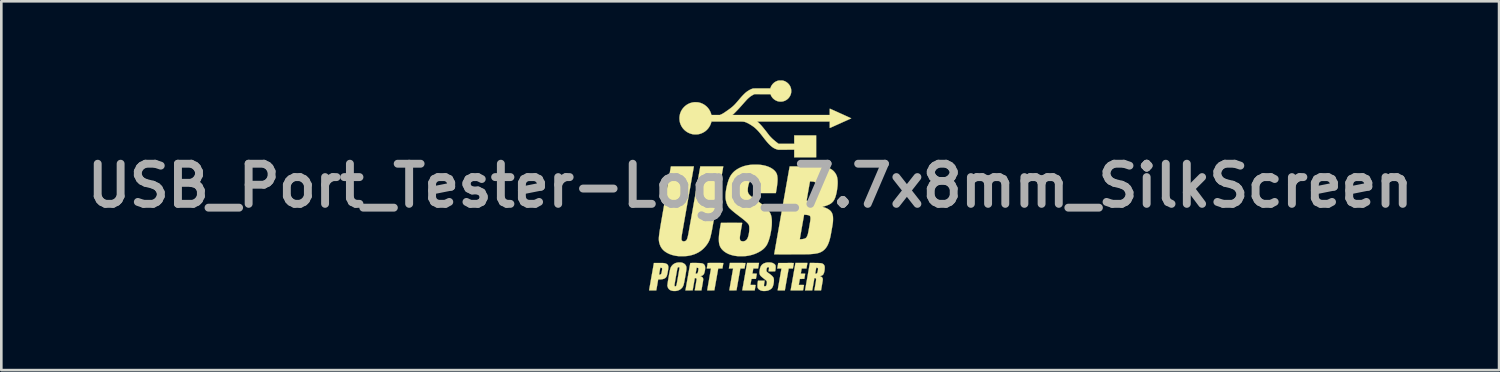
<source format=kicad_pcb>
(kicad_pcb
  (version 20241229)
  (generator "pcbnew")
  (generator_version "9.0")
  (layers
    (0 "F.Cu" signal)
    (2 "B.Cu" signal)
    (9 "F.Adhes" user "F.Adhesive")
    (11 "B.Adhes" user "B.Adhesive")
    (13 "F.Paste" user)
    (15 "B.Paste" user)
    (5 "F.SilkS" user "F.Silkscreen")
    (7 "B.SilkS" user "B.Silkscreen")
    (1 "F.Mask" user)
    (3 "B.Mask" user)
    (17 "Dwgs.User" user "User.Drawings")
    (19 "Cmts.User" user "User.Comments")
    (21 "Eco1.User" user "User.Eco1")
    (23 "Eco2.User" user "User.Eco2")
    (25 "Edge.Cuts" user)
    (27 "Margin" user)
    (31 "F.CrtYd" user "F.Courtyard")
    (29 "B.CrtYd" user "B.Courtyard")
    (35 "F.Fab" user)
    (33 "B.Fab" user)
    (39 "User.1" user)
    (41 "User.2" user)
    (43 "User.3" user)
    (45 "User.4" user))
  (footprint "USB_Port_Tester-Logo_7.7x8mm_SilkScreen"
    (layer "F.Cu")
    (at 25.444 4.003)
    (property "Reference" "USB_Port_Tester-Logo_7.7x8mm_SilkScreen" (at 0 0 0) (layer "F.Fab") (effects (font (size 1.524 1.524) (thickness 0.3))))
    (attr through_hole)
    (fp_poly (pts (xy -0.412 2.934) (xy -0.356 2.934) (xy -0.307 2.934) (xy -0.267 2.935) (xy -0.234 2.935) (xy -0.209 2.936) (xy -0.191 2.936) (xy -0.182 2.937) (xy -0.18 2.938) (xy -0.18 2.943) (xy -0.182 2.954) (xy -0.185 2.971) (xy -0.189 2.992) (xy -0.193 3.017) (xy -0.197 3.041) (xy -0.202 3.067) (xy -0.206 3.092) (xy -0.21 3.112) (xy -0.213 3.128) (xy -0.214 3.139) (xy -0.215 3.142) (xy -0.219 3.143) (xy -0.229 3.144) (xy -0.245 3.144) (xy -0.265 3.145) (xy -0.288 3.145) (xy -0.295 3.145) (xy -0.375 3.145) (xy -0.377 3.159) (xy -0.379 3.165) (xy -0.381 3.178) (xy -0.384 3.198) (xy -0.389 3.223) (xy -0.394 3.255) (xy -0.401 3.291) (xy -0.408 3.332) (xy -0.416 3.377) (xy -0.425 3.425) (xy -0.434 3.476) (xy -0.443 3.53) (xy -0.451 3.574) (xy -0.522 3.975) (xy -0.657 3.976) (xy -0.694 3.976) (xy -0.724 3.976) (xy -0.747 3.976) (xy -0.764 3.976) (xy -0.777 3.975) (xy -0.786 3.975) (xy -0.791 3.974) (xy -0.793 3.972) (xy -0.793 3.971) (xy -0.792 3.967) (xy -0.79 3.956) (xy -0.787 3.938) (xy -0.783 3.914) (xy -0.778 3.885) (xy -0.772 3.851) (xy -0.766 3.814) (xy -0.759 3.773) (xy -0.751 3.729) (xy -0.743 3.683) (xy -0.735 3.636) (xy -0.726 3.587) (xy -0.718 3.539) (xy -0.709 3.49) (xy -0.701 3.443) (xy -0.693 3.397) (xy -0.685 3.353) (xy -0.678 3.312) (xy -0.671 3.275) (xy -0.666 3.241) (xy -0.66 3.212) (xy -0.656 3.188) (xy -0.653 3.171) (xy -0.651 3.159) (xy -0.65 3.155) (xy -0.648 3.145) (xy -0.81 3.145) (xy -0.807 3.134) (xy -0.806 3.127) (xy -0.804 3.114) (xy -0.801 3.095) (xy -0.797 3.073) (xy -0.792 3.047) (xy -0.789 3.029) (xy -0.772 2.934) (xy -0.476 2.934) (xy -0.412 2.934)) (stroke (width 0.01) (type solid)) (fill yes) (layer "F.SilkS"))
    (fp_poly (pts (xy 1.569 2.934) (xy 1.593 2.935) (xy 1.612 2.935) (xy 1.627 2.935) (xy 1.638 2.936) (xy 1.646 2.936) (xy 1.651 2.937) (xy 1.654 2.938) (xy 1.656 2.939) (xy 1.656 2.94) (xy 1.656 2.94) (xy 1.656 2.946) (xy 1.654 2.958) (xy 1.651 2.975) (xy 1.648 2.995) (xy 1.644 3.018) (xy 1.64 3.043) (xy 1.635 3.067) (xy 1.631 3.089) (xy 1.628 3.108) (xy 1.625 3.124) (xy 1.625 3.124) (xy 1.621 3.145) (xy 1.462 3.145) (xy 1.46 3.155) (xy 1.459 3.161) (xy 1.457 3.173) (xy 1.453 3.192) (xy 1.449 3.217) (xy 1.443 3.248) (xy 1.437 3.284) (xy 1.43 3.325) (xy 1.422 3.369) (xy 1.414 3.417) (xy 1.405 3.468) (xy 1.395 3.522) (xy 1.386 3.572) (xy 1.315 3.977) (xy 1.179 3.977) (xy 1.147 3.977) (xy 1.118 3.976) (xy 1.093 3.976) (xy 1.071 3.976) (xy 1.056 3.975) (xy 1.046 3.974) (xy 1.043 3.974) (xy 1.044 3.97) (xy 1.046 3.958) (xy 1.049 3.94) (xy 1.053 3.916) (xy 1.058 3.886) (xy 1.064 3.851) (xy 1.071 3.811) (xy 1.079 3.767) (xy 1.087 3.72) (xy 1.096 3.669) (xy 1.106 3.616) (xy 1.115 3.561) (xy 1.125 3.506) (xy 1.134 3.453) (xy 1.143 3.402) (xy 1.152 3.354) (xy 1.159 3.31) (xy 1.166 3.271) (xy 1.173 3.236) (xy 1.178 3.206) (xy 1.182 3.182) (xy 1.185 3.164) (xy 1.187 3.152) (xy 1.188 3.148) (xy 1.184 3.147) (xy 1.173 3.146) (xy 1.156 3.145) (xy 1.135 3.145) (xy 1.109 3.145) (xy 1.108 3.145) (xy 1.028 3.145) (xy 1.03 3.134) (xy 1.031 3.127) (xy 1.033 3.114) (xy 1.037 3.095) (xy 1.041 3.073) (xy 1.045 3.047) (xy 1.048 3.029) (xy 1.065 2.936) (xy 1.361 2.935) (xy 1.416 2.935) (xy 1.464 2.934) (xy 1.505 2.934) (xy 1.54 2.934) (xy 1.569 2.934)) (stroke (width 0.01) (type solid)) (fill yes) (layer "F.SilkS"))
    (fp_poly (pts (xy 0.333 2.946) (xy 0.332 2.954) (xy 0.33 2.968) (xy 0.326 2.987) (xy 0.322 3.01) (xy 0.318 3.035) (xy 0.315 3.051) (xy 0.299 3.143) (xy 0.118 3.145) (xy 0.111 3.181) (xy 0.108 3.198) (xy 0.104 3.221) (xy 0.1 3.246) (xy 0.096 3.271) (xy 0.094 3.278) (xy 0.084 3.338) (xy 0.167 3.339) (xy 0.196 3.34) (xy 0.218 3.34) (xy 0.234 3.341) (xy 0.244 3.342) (xy 0.249 3.344) (xy 0.25 3.345) (xy 0.249 3.35) (xy 0.248 3.362) (xy 0.245 3.379) (xy 0.241 3.4) (xy 0.237 3.425) (xy 0.234 3.445) (xy 0.217 3.539) (xy 0.132 3.539) (xy 0.101 3.539) (xy 0.077 3.54) (xy 0.06 3.541) (xy 0.049 3.542) (xy 0.047 3.543) (xy 0.046 3.548) (xy 0.044 3.559) (xy 0.042 3.575) (xy 0.038 3.596) (xy 0.034 3.619) (xy 0.03 3.644) (xy 0.026 3.669) (xy 0.021 3.693) (xy 0.017 3.716) (xy 0.014 3.735) (xy 0.011 3.75) (xy 0.009 3.759) (xy 0.009 3.759) (xy 0.007 3.77) (xy 0.107 3.77) (xy 0.138 3.77) (xy 0.162 3.77) (xy 0.179 3.77) (xy 0.191 3.771) (xy 0.199 3.772) (xy 0.204 3.773) (xy 0.206 3.774) (xy 0.206 3.776) (xy 0.206 3.777) (xy 0.204 3.782) (xy 0.202 3.794) (xy 0.199 3.812) (xy 0.195 3.834) (xy 0.191 3.859) (xy 0.187 3.88) (xy 0.17 3.977) (xy -0.065 3.977) (xy -0.114 3.977) (xy -0.158 3.977) (xy -0.196 3.976) (xy -0.23 3.976) (xy -0.257 3.975) (xy -0.278 3.975) (xy -0.293 3.974) (xy -0.3 3.974) (xy -0.301 3.973) (xy -0.3 3.969) (xy -0.298 3.958) (xy -0.295 3.94) (xy -0.291 3.916) (xy -0.286 3.886) (xy -0.28 3.851) (xy -0.273 3.813) (xy -0.265 3.77) (xy -0.257 3.724) (xy -0.249 3.675) (xy -0.24 3.624) (xy -0.23 3.571) (xy -0.221 3.517) (xy -0.211 3.462) (xy -0.202 3.408) (xy -0.192 3.354) (xy -0.183 3.301) (xy -0.174 3.249) (xy -0.165 3.2) (xy -0.157 3.153) (xy -0.149 3.11) (xy -0.142 3.07) (xy -0.136 3.035) (xy -0.13 3.005) (xy -0.126 2.98) (xy -0.123 2.961) (xy -0.12 2.948) (xy -0.119 2.943) (xy -0.119 2.943) (xy -0.117 2.934) (xy 0.335 2.934) (xy 0.333 2.946)) (stroke (width 0.01) (type solid)) (fill yes) (layer "F.SilkS"))
    (fp_poly (pts (xy -3.473 2.936) (xy -3.429 2.936) (xy -3.393 2.936) (xy -3.363 2.936) (xy -3.338 2.937) (xy -3.318 2.937) (xy -3.302 2.938) (xy -3.289 2.939) (xy -3.278 2.94) (xy -3.268 2.941) (xy -3.259 2.942) (xy -3.25 2.944) (xy -3.249 2.945) (xy -3.212 2.954) (xy -3.181 2.967) (xy -3.157 2.982) (xy -3.138 3.001) (xy -3.123 3.024) (xy -3.122 3.027) (xy -3.117 3.04) (xy -3.113 3.053) (xy -3.111 3.068) (xy -3.11 3.088) (xy -3.11 3.105) (xy -3.11 3.122) (xy -3.112 3.141) (xy -3.114 3.162) (xy -3.118 3.188) (xy -3.122 3.218) (xy -3.129 3.254) (xy -3.135 3.291) (xy -3.145 3.339) (xy -3.154 3.38) (xy -3.164 3.413) (xy -3.175 3.441) (xy -3.186 3.462) (xy -3.188 3.464) (xy -3.199 3.48) (xy -3.209 3.493) (xy -3.222 3.503) (xy -3.238 3.514) (xy -3.244 3.518) (xy -3.275 3.533) (xy -3.311 3.545) (xy -3.352 3.553) (xy -3.399 3.558) (xy -3.446 3.559) (xy -3.495 3.559) (xy -3.531 3.768) (xy -3.568 3.977) (xy -3.704 3.977) (xy -3.742 3.977) (xy -3.772 3.977) (xy -3.796 3.976) (xy -3.815 3.976) (xy -3.827 3.975) (xy -3.835 3.974) (xy -3.839 3.973) (xy -3.84 3.972) (xy -3.839 3.968) (xy -3.837 3.956) (xy -3.834 3.938) (xy -3.83 3.913) (xy -3.825 3.882) (xy -3.818 3.846) (xy -3.811 3.805) (xy -3.803 3.759) (xy -3.794 3.71) (xy -3.785 3.656) (xy -3.775 3.6) (xy -3.765 3.541) (xy -3.754 3.479) (xy -3.749 3.451) (xy -3.735 3.374) (xy -3.461 3.374) (xy -3.458 3.377) (xy -3.449 3.379) (xy -3.436 3.378) (xy -3.423 3.376) (xy -3.413 3.373) (xy -3.401 3.368) (xy -3.392 3.362) (xy -3.391 3.361) (xy -3.384 3.352) (xy -3.377 3.338) (xy -3.371 3.317) (xy -3.364 3.29) (xy -3.357 3.255) (xy -3.356 3.248) (xy -3.35 3.213) (xy -3.346 3.185) (xy -3.344 3.164) (xy -3.345 3.147) (xy -3.349 3.135) (xy -3.355 3.127) (xy -3.365 3.121) (xy -3.378 3.117) (xy -3.393 3.115) (xy -3.416 3.113) (xy -3.439 3.241) (xy -3.444 3.272) (xy -3.449 3.3) (xy -3.453 3.325) (xy -3.457 3.346) (xy -3.459 3.362) (xy -3.461 3.372) (xy -3.461 3.374) (xy -3.735 3.374) (xy -3.658 2.936) (xy -3.473 2.936)) (stroke (width 0.01) (type solid)) (fill yes) (layer "F.SilkS"))
    (fp_poly (pts (xy 2.171 2.945) (xy 2.17 2.951) (xy 2.167 2.965) (xy 2.164 2.983) (xy 2.16 3.006) (xy 2.155 3.031) (xy 2.152 3.05) (xy 2.135 3.145) (xy 1.955 3.145) (xy 1.938 3.238) (xy 1.934 3.264) (xy 1.93 3.288) (xy 1.926 3.308) (xy 1.924 3.323) (xy 1.922 3.333) (xy 1.922 3.335) (xy 1.924 3.337) (xy 1.931 3.338) (xy 1.943 3.339) (xy 1.961 3.34) (xy 1.987 3.34) (xy 2.003 3.34) (xy 2.028 3.34) (xy 2.049 3.34) (xy 2.067 3.341) (xy 2.08 3.341) (xy 2.086 3.342) (xy 2.087 3.342) (xy 2.087 3.346) (xy 2.085 3.357) (xy 2.083 3.373) (xy 2.08 3.392) (xy 2.078 3.405) (xy 2.073 3.43) (xy 2.069 3.455) (xy 2.065 3.479) (xy 2.061 3.498) (xy 2.06 3.503) (xy 2.054 3.539) (xy 1.969 3.54) (xy 1.885 3.541) (xy 1.867 3.643) (xy 1.862 3.671) (xy 1.858 3.697) (xy 1.853 3.719) (xy 1.85 3.738) (xy 1.848 3.751) (xy 1.847 3.757) (xy 1.844 3.77) (xy 1.944 3.77) (xy 1.971 3.77) (xy 1.995 3.77) (xy 2.015 3.77) (xy 2.031 3.771) (xy 2.04 3.771) (xy 2.043 3.772) (xy 2.042 3.776) (xy 2.041 3.787) (xy 2.038 3.803) (xy 2.034 3.824) (xy 2.03 3.849) (xy 2.026 3.873) (xy 2.021 3.899) (xy 2.016 3.924) (xy 2.013 3.944) (xy 2.01 3.96) (xy 2.008 3.971) (xy 2.008 3.974) (xy 2.004 3.975) (xy 1.993 3.975) (xy 1.976 3.975) (xy 1.953 3.976) (xy 1.924 3.976) (xy 1.891 3.976) (xy 1.855 3.977) (xy 1.815 3.977) (xy 1.773 3.977) (xy 1.535 3.977) (xy 1.537 3.966) (xy 1.538 3.961) (xy 1.54 3.949) (xy 1.543 3.93) (xy 1.548 3.904) (xy 1.553 3.873) (xy 1.56 3.836) (xy 1.567 3.795) (xy 1.575 3.749) (xy 1.584 3.699) (xy 1.594 3.645) (xy 1.603 3.589) (xy 1.614 3.53) (xy 1.625 3.469) (xy 1.627 3.455) (xy 1.638 3.394) (xy 1.648 3.334) (xy 1.658 3.277) (xy 1.668 3.223) (xy 1.677 3.172) (xy 1.685 3.125) (xy 1.693 3.083) (xy 1.699 3.045) (xy 1.705 3.013) (xy 1.71 2.986) (xy 1.713 2.966) (xy 1.716 2.952) (xy 1.717 2.945) (xy 1.717 2.945) (xy 1.719 2.934) (xy 2.173 2.934) (xy 2.171 2.945)) (stroke (width 0.01) (type solid)) (fill yes) (layer "F.SilkS"))
    (fp_poly (pts (xy -1.269 2.934) (xy -1.224 2.934) (xy -1.182 2.934) (xy -1.143 2.934) (xy -1.109 2.935) (xy -1.079 2.935) (xy -1.055 2.935) (xy -1.036 2.936) (xy -1.024 2.936) (xy -1.02 2.937) (xy -1.02 2.937) (xy -1.02 2.941) (xy -1.022 2.952) (xy -1.025 2.969) (xy -1.029 2.99) (xy -1.033 3.015) (xy -1.037 3.039) (xy -1.042 3.066) (xy -1.046 3.091) (xy -1.05 3.111) (xy -1.053 3.128) (xy -1.054 3.138) (xy -1.055 3.142) (xy -1.058 3.143) (xy -1.069 3.143) (xy -1.085 3.144) (xy -1.105 3.145) (xy -1.128 3.145) (xy -1.135 3.145) (xy -1.159 3.145) (xy -1.18 3.145) (xy -1.197 3.145) (xy -1.209 3.145) (xy -1.215 3.146) (xy -1.215 3.146) (xy -1.216 3.15) (xy -1.218 3.161) (xy -1.221 3.178) (xy -1.225 3.202) (xy -1.23 3.232) (xy -1.237 3.267) (xy -1.244 3.307) (xy -1.251 3.35) (xy -1.26 3.398) (xy -1.269 3.449) (xy -1.278 3.502) (xy -1.288 3.558) (xy -1.289 3.561) (xy -1.362 3.975) (xy -1.497 3.976) (xy -1.534 3.976) (xy -1.563 3.976) (xy -1.586 3.976) (xy -1.603 3.976) (xy -1.616 3.975) (xy -1.625 3.975) (xy -1.63 3.974) (xy -1.632 3.972) (xy -1.633 3.971) (xy -1.632 3.966) (xy -1.63 3.955) (xy -1.627 3.937) (xy -1.623 3.913) (xy -1.618 3.884) (xy -1.612 3.85) (xy -1.606 3.812) (xy -1.599 3.771) (xy -1.591 3.727) (xy -1.583 3.681) (xy -1.575 3.634) (xy -1.566 3.585) (xy -1.558 3.537) (xy -1.549 3.488) (xy -1.541 3.441) (xy -1.533 3.395) (xy -1.525 3.351) (xy -1.518 3.31) (xy -1.511 3.273) (xy -1.505 3.239) (xy -1.5 3.21) (xy -1.496 3.187) (xy -1.493 3.169) (xy -1.49 3.157) (xy -1.49 3.154) (xy -1.488 3.145) (xy -1.568 3.145) (xy -1.592 3.145) (xy -1.613 3.144) (xy -1.631 3.144) (xy -1.643 3.143) (xy -1.648 3.142) (xy -1.649 3.142) (xy -1.648 3.138) (xy -1.646 3.127) (xy -1.643 3.11) (xy -1.639 3.089) (xy -1.635 3.064) (xy -1.631 3.041) (xy -1.626 3.014) (xy -1.622 2.989) (xy -1.618 2.968) (xy -1.616 2.952) (xy -1.614 2.941) (xy -1.613 2.938) (xy -1.609 2.937) (xy -1.598 2.936) (xy -1.578 2.935) (xy -1.551 2.935) (xy -1.516 2.934) (xy -1.473 2.934) (xy -1.422 2.934) (xy -1.364 2.934) (xy -1.316 2.934) (xy -1.269 2.934)) (stroke (width 0.01) (type solid)) (fill yes) (layer "F.SilkS"))
    (fp_poly (pts (xy -2.67 2.915) (xy -2.644 2.917) (xy -2.621 2.919) (xy -2.601 2.922) (xy -2.59 2.924) (xy -2.549 2.938) (xy -2.513 2.958) (xy -2.482 2.982) (xy -2.457 3.01) (xy -2.438 3.043) (xy -2.428 3.072) (xy -2.425 3.085) (xy -2.423 3.098) (xy -2.422 3.113) (xy -2.422 3.13) (xy -2.423 3.15) (xy -2.424 3.173) (xy -2.427 3.2) (xy -2.431 3.231) (xy -2.437 3.267) (xy -2.443 3.309) (xy -2.451 3.356) (xy -2.46 3.41) (xy -2.471 3.471) (xy -2.471 3.473) (xy -2.482 3.533) (xy -2.492 3.586) (xy -2.5 3.632) (xy -2.508 3.672) (xy -2.516 3.706) (xy -2.522 3.734) (xy -2.528 3.758) (xy -2.534 3.777) (xy -2.539 3.793) (xy -2.539 3.793) (xy -2.56 3.836) (xy -2.587 3.875) (xy -2.62 3.909) (xy -2.658 3.939) (xy -2.7 3.963) (xy -2.747 3.982) (xy -2.797 3.994) (xy -2.81 3.996) (xy -2.837 3.999) (xy -2.867 4) (xy -2.899 3.999) (xy -2.928 3.998) (xy -2.952 3.994) (xy -2.997 3.983) (xy -3.036 3.967) (xy -3.069 3.945) (xy -3.096 3.918) (xy -3.118 3.887) (xy -3.133 3.85) (xy -3.14 3.825) (xy -3.142 3.814) (xy -3.143 3.802) (xy -3.143 3.789) (xy -3.143 3.785) (xy -2.877 3.785) (xy -2.876 3.8) (xy -2.873 3.811) (xy -2.867 3.818) (xy -2.858 3.821) (xy -2.858 3.822) (xy -2.849 3.823) (xy -2.842 3.823) (xy -2.834 3.821) (xy -2.83 3.819) (xy -2.82 3.812) (xy -2.811 3.8) (xy -2.803 3.783) (xy -2.797 3.759) (xy -2.795 3.754) (xy -2.793 3.742) (xy -2.789 3.724) (xy -2.785 3.7) (xy -2.779 3.671) (xy -2.773 3.638) (xy -2.767 3.601) (xy -2.76 3.561) (xy -2.752 3.519) (xy -2.745 3.476) (xy -2.737 3.433) (xy -2.73 3.39) (xy -2.723 3.348) (xy -2.716 3.308) (xy -2.709 3.27) (xy -2.704 3.236) (xy -2.699 3.205) (xy -2.694 3.18) (xy -2.691 3.16) (xy -2.689 3.147) (xy -2.689 3.142) (xy -2.688 3.125) (xy -2.688 3.114) (xy -2.69 3.107) (xy -2.693 3.102) (xy -2.693 3.102) (xy -2.706 3.094) (xy -2.721 3.092) (xy -2.732 3.096) (xy -2.745 3.104) (xy -2.755 3.118) (xy -2.764 3.138) (xy -2.767 3.15) (xy -2.769 3.159) (xy -2.772 3.174) (xy -2.776 3.196) (xy -2.781 3.223) (xy -2.787 3.254) (xy -2.793 3.29) (xy -2.8 3.329) (xy -2.807 3.37) (xy -2.815 3.412) (xy -2.823 3.455) (xy -2.83 3.499) (xy -2.838 3.541) (xy -2.845 3.582) (xy -2.851 3.621) (xy -2.858 3.657) (xy -2.863 3.689) (xy -2.868 3.716) (xy -2.871 3.738) (xy -2.874 3.754) (xy -2.875 3.763) (xy -2.877 3.785) (xy -3.143 3.785) (xy -3.143 3.773) (xy -3.142 3.755) (xy -3.14 3.734) (xy -3.137 3.709) (xy -3.133 3.68) (xy -3.128 3.646) (xy -3.122 3.607) (xy -3.114 3.562) (xy -3.106 3.511) (xy -3.095 3.453) (xy -3.09 3.422) (xy -3.079 3.362) (xy -3.069 3.309) (xy -3.06 3.262) (xy -3.052 3.223) (xy -3.044 3.189) (xy -3.037 3.161) (xy -3.031 3.138) (xy -3.024 3.12) (xy -3.024 3.119) (xy -3.004 3.079) (xy -2.978 3.042) (xy -2.947 3.008) (xy -2.911 2.978) (xy -2.871 2.954) (xy -2.831 2.937) (xy -2.791 2.926) (xy -2.752 2.918) (xy -2.71 2.915) (xy -2.67 2.915)) (stroke (width 0.01) (type solid)) (fill yes) (layer "F.SilkS"))
    (fp_poly (pts (xy -2.099 2.934) (xy -2.065 2.934) (xy -2.031 2.935) (xy -1.999 2.936) (xy -1.969 2.937) (xy -1.942 2.938) (xy -1.94 2.938) (xy -1.901 2.94) (xy -1.869 2.943) (xy -1.842 2.947) (xy -1.82 2.952) (xy -1.802 2.957) (xy -1.787 2.965) (xy -1.773 2.974) (xy -1.76 2.985) (xy -1.741 3.005) (xy -1.728 3.027) (xy -1.718 3.053) (xy -1.713 3.084) (xy -1.711 3.12) (xy -1.711 3.124) (xy -1.713 3.162) (xy -1.717 3.203) (xy -1.725 3.244) (xy -1.734 3.284) (xy -1.745 3.32) (xy -1.754 3.342) (xy -1.771 3.372) (xy -1.793 3.395) (xy -1.821 3.413) (xy -1.854 3.424) (xy -1.859 3.426) (xy -1.877 3.43) (xy -1.887 3.433) (xy -1.89 3.435) (xy -1.888 3.438) (xy -1.879 3.441) (xy -1.872 3.444) (xy -1.843 3.457) (xy -1.821 3.473) (xy -1.804 3.493) (xy -1.792 3.517) (xy -1.791 3.521) (xy -1.789 3.528) (xy -1.787 3.535) (xy -1.785 3.542) (xy -1.785 3.551) (xy -1.785 3.562) (xy -1.786 3.576) (xy -1.788 3.592) (xy -1.791 3.613) (xy -1.794 3.637) (xy -1.799 3.667) (xy -1.805 3.703) (xy -1.812 3.744) (xy -1.821 3.793) (xy -1.823 3.806) (xy -1.853 3.977) (xy -1.979 3.977) (xy -2.01 3.977) (xy -2.038 3.977) (xy -2.062 3.976) (xy -2.082 3.976) (xy -2.096 3.975) (xy -2.104 3.975) (xy -2.106 3.974) (xy -2.105 3.97) (xy -2.103 3.959) (xy -2.1 3.942) (xy -2.096 3.919) (xy -2.091 3.891) (xy -2.086 3.86) (xy -2.08 3.825) (xy -2.073 3.788) (xy -2.073 3.784) (xy -2.066 3.746) (xy -2.06 3.709) (xy -2.054 3.675) (xy -2.049 3.644) (xy -2.044 3.618) (xy -2.041 3.596) (xy -2.038 3.58) (xy -2.037 3.572) (xy -2.037 3.572) (xy -2.036 3.549) (xy -2.04 3.532) (xy -2.048 3.521) (xy -2.062 3.514) (xy -2.082 3.509) (xy -2.084 3.509) (xy -2.104 3.507) (xy -2.145 3.741) (xy -2.186 3.975) (xy -2.323 3.976) (xy -2.46 3.977) (xy -2.369 3.46) (xy -2.357 3.398) (xy -2.348 3.343) (xy -2.074 3.343) (xy -2.071 3.344) (xy -2.062 3.344) (xy -2.05 3.342) (xy -2.037 3.34) (xy -2.025 3.337) (xy -2.016 3.334) (xy -2.016 3.334) (xy -2.007 3.327) (xy -1.999 3.317) (xy -1.992 3.301) (xy -1.985 3.28) (xy -1.979 3.253) (xy -1.973 3.22) (xy -1.971 3.205) (xy -1.967 3.178) (xy -1.966 3.158) (xy -1.968 3.143) (xy -1.972 3.132) (xy -1.976 3.128) (xy -1.983 3.124) (xy -1.994 3.12) (xy -2.006 3.117) (xy -2.019 3.114) (xy -2.029 3.113) (xy -2.033 3.114) (xy -2.034 3.118) (xy -2.036 3.128) (xy -2.039 3.144) (xy -2.043 3.164) (xy -2.047 3.187) (xy -2.052 3.212) (xy -2.056 3.238) (xy -2.061 3.263) (xy -2.065 3.287) (xy -2.069 3.308) (xy -2.072 3.325) (xy -2.074 3.337) (xy -2.074 3.343) (xy -2.074 3.343) (xy -2.348 3.343) (xy -2.347 3.337) (xy -2.337 3.279) (xy -2.327 3.225) (xy -2.318 3.173) (xy -2.309 3.126) (xy -2.302 3.082) (xy -2.295 3.044) (xy -2.289 3.011) (xy -2.284 2.983) (xy -2.28 2.962) (xy -2.277 2.947) (xy -2.276 2.94) (xy -2.276 2.939) (xy -2.271 2.937) (xy -2.26 2.936) (xy -2.243 2.935) (xy -2.221 2.935) (xy -2.194 2.934) (xy -2.165 2.934) (xy -2.133 2.934) (xy -2.099 2.934)) (stroke (width 0.01) (type solid)) (fill yes) (layer "F.SilkS"))
    (fp_poly (pts (xy 0.723 2.915) (xy 0.757 2.917) (xy 0.789 2.92) (xy 0.816 2.925) (xy 0.818 2.926) (xy 0.857 2.938) (xy 0.891 2.955) (xy 0.919 2.974) (xy 0.942 2.997) (xy 0.956 3.019) (xy 0.96 3.028) (xy 0.963 3.036) (xy 0.965 3.045) (xy 0.966 3.055) (xy 0.966 3.07) (xy 0.966 3.09) (xy 0.966 3.098) (xy 0.966 3.119) (xy 0.964 3.143) (xy 0.962 3.168) (xy 0.959 3.192) (xy 0.956 3.214) (xy 0.952 3.232) (xy 0.949 3.245) (xy 0.947 3.251) (xy 0.943 3.251) (xy 0.932 3.252) (xy 0.915 3.253) (xy 0.895 3.253) (xy 0.87 3.254) (xy 0.844 3.254) (xy 0.817 3.254) (xy 0.79 3.254) (xy 0.765 3.254) (xy 0.742 3.254) (xy 0.723 3.253) (xy 0.708 3.252) (xy 0.7 3.252) (xy 0.698 3.251) (xy 0.698 3.246) (xy 0.699 3.235) (xy 0.701 3.22) (xy 0.704 3.201) (xy 0.705 3.193) (xy 0.71 3.166) (xy 0.713 3.145) (xy 0.714 3.13) (xy 0.714 3.118) (xy 0.712 3.11) (xy 0.709 3.104) (xy 0.707 3.101) (xy 0.7 3.095) (xy 0.691 3.093) (xy 0.683 3.092) (xy 0.669 3.094) (xy 0.657 3.098) (xy 0.655 3.1) (xy 0.644 3.11) (xy 0.634 3.126) (xy 0.626 3.147) (xy 0.622 3.163) (xy 0.619 3.182) (xy 0.617 3.202) (xy 0.618 3.222) (xy 0.619 3.239) (xy 0.622 3.251) (xy 0.623 3.253) (xy 0.633 3.267) (xy 0.65 3.284) (xy 0.675 3.304) (xy 0.703 3.325) (xy 0.751 3.359) (xy 0.792 3.392) (xy 0.826 3.422) (xy 0.838 3.434) (xy 0.859 3.458) (xy 0.875 3.479) (xy 0.886 3.501) (xy 0.894 3.525) (xy 0.898 3.552) (xy 0.9 3.584) (xy 0.9 3.6) (xy 0.898 3.648) (xy 0.892 3.695) (xy 0.884 3.742) (xy 0.872 3.786) (xy 0.859 3.826) (xy 0.843 3.86) (xy 0.826 3.887) (xy 0.807 3.908) (xy 0.781 3.929) (xy 0.75 3.948) (xy 0.716 3.965) (xy 0.679 3.98) (xy 0.653 3.987) (xy 0.627 3.992) (xy 0.596 3.996) (xy 0.562 3.999) (xy 0.528 3.999) (xy 0.495 3.999) (xy 0.467 3.996) (xy 0.456 3.994) (xy 0.414 3.984) (xy 0.377 3.968) (xy 0.344 3.949) (xy 0.316 3.925) (xy 0.295 3.899) (xy 0.283 3.875) (xy 0.28 3.867) (xy 0.278 3.859) (xy 0.277 3.847) (xy 0.276 3.832) (xy 0.276 3.811) (xy 0.276 3.789) (xy 0.278 3.729) (xy 0.284 3.672) (xy 0.295 3.614) (xy 0.297 3.606) (xy 0.55 3.606) (xy 0.537 3.681) (xy 0.53 3.719) (xy 0.526 3.749) (xy 0.524 3.774) (xy 0.524 3.792) (xy 0.526 3.805) (xy 0.529 3.812) (xy 0.53 3.814) (xy 0.545 3.822) (xy 0.562 3.823) (xy 0.578 3.819) (xy 0.594 3.809) (xy 0.608 3.793) (xy 0.616 3.778) (xy 0.62 3.763) (xy 0.625 3.743) (xy 0.629 3.72) (xy 0.632 3.696) (xy 0.633 3.675) (xy 0.633 3.671) (xy 0.633 3.658) (xy 0.631 3.646) (xy 0.629 3.636) (xy 0.624 3.625) (xy 0.617 3.615) (xy 0.606 3.603) (xy 0.592 3.589) (xy 0.574 3.574) (xy 0.551 3.555) (xy 0.523 3.533) (xy 0.498 3.513) (xy 0.465 3.487) (xy 0.439 3.465) (xy 0.417 3.446) (xy 0.4 3.429) (xy 0.386 3.412) (xy 0.376 3.396) (xy 0.368 3.38) (xy 0.362 3.362) (xy 0.357 3.345) (xy 0.353 3.32) (xy 0.352 3.289) (xy 0.354 3.254) (xy 0.358 3.217) (xy 0.365 3.179) (xy 0.373 3.141) (xy 0.383 3.11) (xy 0.401 3.067) (xy 0.424 3.029) (xy 0.452 2.997) (xy 0.485 2.971) (xy 0.494 2.965) (xy 0.524 2.95) (xy 0.559 2.937) (xy 0.596 2.926) (xy 0.625 2.92) (xy 0.654 2.916) (xy 0.687 2.915) (xy 0.723 2.915)) (stroke (width 0.01) (type solid)) (fill yes) (layer "F.SilkS"))
    (fp_poly (pts (xy 2.449 2.935) (xy 2.499 2.936) (xy 2.542 2.937) (xy 2.579 2.937) (xy 2.61 2.939) (xy 2.637 2.94) (xy 2.659 2.941) (xy 2.677 2.943) (xy 2.693 2.945) (xy 2.707 2.948) (xy 2.72 2.951) (xy 2.727 2.953) (xy 2.758 2.966) (xy 2.784 2.986) (xy 2.805 3.011) (xy 2.821 3.042) (xy 2.825 3.052) (xy 2.827 3.061) (xy 2.829 3.072) (xy 2.829 3.085) (xy 2.83 3.103) (xy 2.83 3.125) (xy 2.828 3.172) (xy 2.823 3.217) (xy 2.815 3.26) (xy 2.805 3.299) (xy 2.792 3.334) (xy 2.777 3.364) (xy 2.762 3.385) (xy 2.747 3.397) (xy 2.726 3.409) (xy 2.702 3.42) (xy 2.677 3.427) (xy 2.675 3.428) (xy 2.659 3.431) (xy 2.649 3.434) (xy 2.645 3.437) (xy 2.648 3.438) (xy 2.651 3.438) (xy 2.66 3.44) (xy 2.674 3.445) (xy 2.689 3.453) (xy 2.705 3.461) (xy 2.717 3.47) (xy 2.722 3.474) (xy 2.738 3.493) (xy 2.75 3.516) (xy 2.756 3.541) (xy 2.757 3.545) (xy 2.757 3.551) (xy 2.757 3.558) (xy 2.757 3.567) (xy 2.756 3.577) (xy 2.755 3.59) (xy 2.753 3.605) (xy 2.75 3.625) (xy 2.746 3.649) (xy 2.741 3.678) (xy 2.735 3.713) (xy 2.728 3.754) (xy 2.72 3.802) (xy 2.69 3.977) (xy 2.564 3.977) (xy 2.528 3.977) (xy 2.499 3.977) (xy 2.476 3.976) (xy 2.459 3.976) (xy 2.448 3.975) (xy 2.441 3.974) (xy 2.438 3.973) (xy 2.438 3.972) (xy 2.438 3.967) (xy 2.44 3.955) (xy 2.443 3.938) (xy 2.447 3.915) (xy 2.452 3.887) (xy 2.458 3.855) (xy 2.464 3.821) (xy 2.469 3.789) (xy 2.477 3.745) (xy 2.484 3.707) (xy 2.489 3.676) (xy 2.493 3.649) (xy 2.497 3.628) (xy 2.499 3.609) (xy 2.5 3.594) (xy 2.501 3.581) (xy 2.502 3.569) (xy 2.502 3.569) (xy 2.502 3.55) (xy 2.501 3.538) (xy 2.5 3.53) (xy 2.498 3.525) (xy 2.495 3.521) (xy 2.492 3.519) (xy 2.485 3.515) (xy 2.473 3.512) (xy 2.461 3.509) (xy 2.449 3.508) (xy 2.441 3.508) (xy 2.438 3.51) (xy 2.437 3.514) (xy 2.435 3.525) (xy 2.432 3.543) (xy 2.428 3.565) (xy 2.424 3.592) (xy 2.418 3.622) (xy 2.413 3.655) (xy 2.406 3.69) (xy 2.4 3.726) (xy 2.394 3.762) (xy 2.388 3.797) (xy 2.382 3.831) (xy 2.376 3.863) (xy 2.371 3.891) (xy 2.367 3.916) (xy 2.363 3.935) (xy 2.36 3.949) (xy 2.359 3.956) (xy 2.355 3.977) (xy 2.082 3.977) (xy 2.084 3.968) (xy 2.085 3.963) (xy 2.087 3.952) (xy 2.09 3.933) (xy 2.095 3.909) (xy 2.1 3.879) (xy 2.106 3.845) (xy 2.113 3.805) (xy 2.121 3.763) (xy 2.129 3.716) (xy 2.137 3.667) (xy 2.146 3.616) (xy 2.156 3.563) (xy 2.165 3.51) (xy 2.175 3.455) (xy 2.184 3.401) (xy 2.194 3.347) (xy 2.195 3.34) (xy 2.469 3.34) (xy 2.472 3.342) (xy 2.481 3.343) (xy 2.493 3.343) (xy 2.507 3.341) (xy 2.52 3.337) (xy 2.528 3.334) (xy 2.537 3.327) (xy 2.545 3.315) (xy 2.552 3.297) (xy 2.559 3.272) (xy 2.562 3.257) (xy 2.569 3.222) (xy 2.574 3.193) (xy 2.576 3.17) (xy 2.576 3.152) (xy 2.573 3.138) (xy 2.566 3.129) (xy 2.557 3.122) (xy 2.544 3.118) (xy 2.528 3.115) (xy 2.517 3.114) (xy 2.509 3.114) (xy 2.508 3.114) (xy 2.507 3.118) (xy 2.505 3.129) (xy 2.503 3.145) (xy 2.499 3.167) (xy 2.494 3.192) (xy 2.489 3.219) (xy 2.488 3.225) (xy 2.483 3.253) (xy 2.479 3.279) (xy 2.475 3.302) (xy 2.472 3.32) (xy 2.47 3.333) (xy 2.469 3.339) (xy 2.469 3.34) (xy 2.195 3.34) (xy 2.203 3.295) (xy 2.212 3.244) (xy 2.221 3.195) (xy 2.229 3.149) (xy 2.236 3.107) (xy 2.243 3.068) (xy 2.249 3.034) (xy 2.254 3.005) (xy 2.258 2.981) (xy 2.261 2.964) (xy 2.262 2.96) (xy 2.267 2.933) (xy 2.449 2.935)) (stroke (width 0.01) (type solid)) (fill yes) (layer "F.SilkS"))
    (fp_poly (pts (xy -1.401 -0.734) (xy -1.346 -0.734) (xy -1.293 -0.734) (xy -1.244 -0.734) (xy -1.198 -0.734) (xy -1.157 -0.734) (xy -1.12 -0.734) (xy -1.088 -0.734) (xy -1.062 -0.734) (xy -1.043 -0.733) (xy -1.03 -0.733) (xy -1.024 -0.733) (xy -1.024 -0.733) (xy -1.024 -0.728) (xy -1.026 -0.716) (xy -1.029 -0.698) (xy -1.034 -0.672) (xy -1.039 -0.64) (xy -1.046 -0.603) (xy -1.053 -0.559) (xy -1.062 -0.511) (xy -1.071 -0.457) (xy -1.082 -0.4) (xy -1.092 -0.338) (xy -1.104 -0.272) (xy -1.116 -0.203) (xy -1.129 -0.13) (xy -1.142 -0.055) (xy -1.156 0.022) (xy -1.17 0.102) (xy -1.184 0.183) (xy -1.199 0.265) (xy -1.214 0.348) (xy -1.229 0.432) (xy -1.244 0.516) (xy -1.259 0.6) (xy -1.273 0.684) (xy -1.288 0.767) (xy -1.303 0.848) (xy -1.317 0.929) (xy -1.331 1.007) (xy -1.344 1.083) (xy -1.357 1.156) (xy -1.37 1.226) (xy -1.382 1.294) (xy -1.393 1.357) (xy -1.404 1.416) (xy -1.414 1.472) (xy -1.423 1.522) (xy -1.431 1.567) (xy -1.438 1.607) (xy -1.444 1.641) (xy -1.449 1.669) (xy -1.453 1.69) (xy -1.456 1.705) (xy -1.457 1.711) (xy -1.468 1.766) (xy -1.48 1.819) (xy -1.492 1.87) (xy -1.503 1.918) (xy -1.514 1.96) (xy -1.525 1.998) (xy -1.534 2.027) (xy -1.555 2.082) (xy -1.582 2.138) (xy -1.616 2.195) (xy -1.656 2.252) (xy -1.7 2.308) (xy -1.749 2.362) (xy -1.758 2.372) (xy -1.821 2.43) (xy -1.888 2.482) (xy -1.96 2.528) (xy -2.037 2.568) (xy -2.118 2.603) (xy -2.205 2.631) (xy -2.296 2.653) (xy -2.393 2.67) (xy -2.399 2.67) (xy -2.418 2.672) (xy -2.443 2.674) (xy -2.474 2.676) (xy -2.508 2.677) (xy -2.544 2.678) (xy -2.581 2.678) (xy -2.617 2.679) (xy -2.651 2.678) (xy -2.682 2.678) (xy -2.708 2.677) (xy -2.728 2.676) (xy -2.729 2.676) (xy -2.82 2.664) (xy -2.905 2.647) (xy -2.985 2.625) (xy -3.059 2.598) (xy -3.108 2.576) (xy -3.171 2.543) (xy -3.226 2.508) (xy -3.275 2.47) (xy -3.318 2.429) (xy -3.355 2.384) (xy -3.387 2.337) (xy -3.407 2.299) (xy -3.434 2.234) (xy -3.454 2.169) (xy -3.466 2.103) (xy -3.471 2.036) (xy -3.469 1.974) (xy -3.468 1.957) (xy -3.466 1.94) (xy -3.465 1.923) (xy -3.463 1.905) (xy -3.461 1.886) (xy -3.459 1.867) (xy -3.456 1.846) (xy -3.453 1.823) (xy -3.45 1.799) (xy -3.446 1.772) (xy -3.442 1.744) (xy -3.437 1.712) (xy -3.432 1.678) (xy -3.426 1.641) (xy -3.419 1.601) (xy -3.412 1.556) (xy -3.404 1.508) (xy -3.395 1.456) (xy -3.386 1.4) (xy -3.375 1.339) (xy -3.364 1.273) (xy -3.351 1.202) (xy -3.338 1.125) (xy -3.324 1.043) (xy -3.308 0.955) (xy -3.292 0.861) (xy -3.274 0.761) (xy -3.255 0.653) (xy -3.235 0.539) (xy -3.214 0.418) (xy -3.191 0.29) (xy -3.188 0.27) (xy -3.173 0.183) (xy -3.158 0.098) (xy -3.143 0.015) (xy -3.129 -0.065) (xy -3.115 -0.142) (xy -3.102 -0.216) (xy -3.09 -0.286) (xy -3.078 -0.353) (xy -3.067 -0.415) (xy -3.057 -0.472) (xy -3.048 -0.525) (xy -3.04 -0.572) (xy -3.032 -0.614) (xy -3.026 -0.65) (xy -3.021 -0.68) (xy -3.017 -0.703) (xy -3.014 -0.72) (xy -3.012 -0.729) (xy -3.012 -0.731) (xy -3.008 -0.731) (xy -2.997 -0.732) (xy -2.979 -0.732) (xy -2.954 -0.733) (xy -2.924 -0.733) (xy -2.888 -0.733) (xy -2.847 -0.734) (xy -2.801 -0.734) (xy -2.751 -0.734) (xy -2.697 -0.734) (xy -2.64 -0.734) (xy -2.581 -0.734) (xy -2.576 -0.734) (xy -2.508 -0.734) (xy -2.448 -0.734) (xy -2.394 -0.734) (xy -2.347 -0.734) (xy -2.306 -0.734) (xy -2.27 -0.734) (xy -2.24 -0.734) (xy -2.215 -0.733) (xy -2.195 -0.733) (xy -2.178 -0.733) (xy -2.165 -0.732) (xy -2.156 -0.732) (xy -2.149 -0.731) (xy -2.144 -0.73) (xy -2.142 -0.73) (xy -2.141 -0.729) (xy -2.141 -0.728) (xy -2.141 -0.724) (xy -2.143 -0.712) (xy -2.147 -0.694) (xy -2.151 -0.668) (xy -2.157 -0.636) (xy -2.163 -0.597) (xy -2.171 -0.553) (xy -2.18 -0.503) (xy -2.19 -0.447) (xy -2.2 -0.386) (xy -2.212 -0.321) (xy -2.224 -0.251) (xy -2.237 -0.176) (xy -2.251 -0.098) (xy -2.265 -0.016) (xy -2.28 0.069) (xy -2.296 0.158) (xy -2.312 0.25) (xy -2.329 0.344) (xy -2.346 0.44) (xy -2.363 0.538) (xy -2.365 0.55) (xy -2.383 0.649) (xy -2.4 0.747) (xy -2.417 0.842) (xy -2.433 0.935) (xy -2.449 1.026) (xy -2.464 1.114) (xy -2.479 1.198) (xy -2.493 1.279) (xy -2.507 1.357) (xy -2.52 1.43) (xy -2.532 1.499) (xy -2.543 1.563) (xy -2.553 1.622) (xy -2.563 1.676) (xy -2.571 1.725) (xy -2.578 1.767) (xy -2.585 1.804) (xy -2.59 1.833) (xy -2.594 1.856) (xy -2.596 1.872) (xy -2.598 1.881) (xy -2.598 1.881) (xy -2.602 1.916) (xy -2.606 1.949) (xy -2.608 1.981) (xy -2.609 2.009) (xy -2.609 2.033) (xy -2.607 2.051) (xy -2.606 2.059) (xy -2.597 2.078) (xy -2.582 2.094) (xy -2.564 2.106) (xy -2.555 2.11) (xy -2.533 2.113) (xy -2.509 2.112) (xy -2.484 2.108) (xy -2.466 2.102) (xy -2.444 2.088) (xy -2.424 2.069) (xy -2.408 2.045) (xy -2.404 2.036) (xy -2.395 2.015) (xy -2.386 1.987) (xy -2.377 1.954) (xy -2.368 1.916) (xy -2.358 1.876) (xy -2.354 1.857) (xy -2.352 1.848) (xy -2.349 1.831) (xy -2.345 1.808) (xy -2.339 1.777) (xy -2.333 1.741) (xy -2.325 1.698) (xy -2.316 1.649) (xy -2.307 1.594) (xy -2.296 1.535) (xy -2.285 1.47) (xy -2.272 1.401) (xy -2.259 1.327) (xy -2.245 1.25) (xy -2.231 1.169) (xy -2.216 1.084) (xy -2.2 0.996) (xy -2.184 0.906) (xy -2.168 0.812) (xy -2.151 0.717) (xy -2.134 0.62) (xy -2.119 0.537) (xy -2.102 0.439) (xy -2.085 0.343) (xy -2.069 0.249) (xy -2.053 0.158) (xy -2.037 0.07) (xy -2.022 -0.015) (xy -2.008 -0.097) (xy -1.994 -0.175) (xy -1.981 -0.249) (xy -1.968 -0.319) (xy -1.957 -0.385) (xy -1.946 -0.445) (xy -1.936 -0.501) (xy -1.928 -0.551) (xy -1.92 -0.595) (xy -1.913 -0.634) (xy -1.907 -0.666) (xy -1.903 -0.691) (xy -1.899 -0.71) (xy -1.897 -0.721) (xy -1.897 -0.726) (xy -1.894 -0.734) (xy -1.459 -0.734) (xy -1.401 -0.734)) (stroke (width 0.01) (type solid)) (fill yes) (layer "F.SilkS"))
    (fp_poly (pts (xy 0.265 -0.8) (xy 0.308 -0.798) (xy 0.348 -0.796) (xy 0.388 -0.792) (xy 0.428 -0.787) (xy 0.441 -0.785) (xy 0.519 -0.771) (xy 0.593 -0.753) (xy 0.662 -0.731) (xy 0.727 -0.704) (xy 0.788 -0.674) (xy 0.842 -0.64) (xy 0.891 -0.603) (xy 0.933 -0.564) (xy 0.968 -0.521) (xy 0.974 -0.513) (xy 0.991 -0.484) (xy 1.006 -0.453) (xy 1.018 -0.418) (xy 1.027 -0.38) (xy 1.033 -0.338) (xy 1.037 -0.291) (xy 1.039 -0.24) (xy 1.037 -0.184) (xy 1.033 -0.122) (xy 1.026 -0.055) (xy 1.017 0.019) (xy 1.005 0.099) (xy 0.99 0.186) (xy 0.989 0.195) (xy 0.974 0.279) (xy 0.569 0.28) (xy 0.504 0.28) (xy 0.446 0.281) (xy 0.395 0.281) (xy 0.351 0.281) (xy 0.312 0.281) (xy 0.28 0.281) (xy 0.252 0.28) (xy 0.229 0.28) (xy 0.211 0.28) (xy 0.196 0.28) (xy 0.185 0.279) (xy 0.177 0.279) (xy 0.171 0.278) (xy 0.168 0.277) (xy 0.166 0.276) (xy 0.165 0.275) (xy 0.166 0.274) (xy 0.167 0.269) (xy 0.169 0.256) (xy 0.173 0.238) (xy 0.177 0.215) (xy 0.181 0.189) (xy 0.186 0.16) (xy 0.192 0.131) (xy 0.197 0.101) (xy 0.202 0.071) (xy 0.206 0.044) (xy 0.211 0.019) (xy 0.214 -0.001) (xy 0.216 -0.016) (xy 0.217 -0.019) (xy 0.223 -0.066) (xy 0.226 -0.105) (xy 0.225 -0.138) (xy 0.222 -0.165) (xy 0.216 -0.187) (xy 0.209 -0.2) (xy 0.195 -0.214) (xy 0.175 -0.225) (xy 0.151 -0.232) (xy 0.125 -0.234) (xy 0.097 -0.232) (xy 0.069 -0.225) (xy 0.052 -0.218) (xy 0.035 -0.208) (xy 0.016 -0.192) (xy -0.002 -0.173) (xy -0.018 -0.153) (xy -0.028 -0.137) (xy -0.043 -0.106) (xy -0.056 -0.069) (xy -0.068 -0.027) (xy -0.078 0.019) (xy -0.086 0.066) (xy -0.091 0.114) (xy -0.092 0.141) (xy -0.093 0.175) (xy -0.092 0.207) (xy -0.087 0.235) (xy -0.08 0.262) (xy -0.07 0.288) (xy -0.055 0.313) (xy -0.037 0.337) (xy -0.014 0.362) (xy 0.014 0.388) (xy 0.048 0.416) (xy 0.088 0.446) (xy 0.134 0.478) (xy 0.158 0.495) (xy 0.246 0.556) (xy 0.327 0.615) (xy 0.401 0.671) (xy 0.469 0.724) (xy 0.529 0.776) (xy 0.583 0.825) (xy 0.631 0.872) (xy 0.672 0.918) (xy 0.707 0.962) (xy 0.736 1.004) (xy 0.76 1.045) (xy 0.777 1.083) (xy 0.792 1.126) (xy 0.803 1.171) (xy 0.812 1.218) (xy 0.818 1.27) (xy 0.821 1.327) (xy 0.822 1.381) (xy 0.821 1.422) (xy 0.82 1.46) (xy 0.819 1.496) (xy 0.816 1.532) (xy 0.812 1.57) (xy 0.807 1.613) (xy 0.801 1.658) (xy 0.787 1.745) (xy 0.771 1.828) (xy 0.754 1.907) (xy 0.734 1.982) (xy 0.713 2.052) (xy 0.691 2.116) (xy 0.667 2.174) (xy 0.643 2.226) (xy 0.63 2.249) (xy 0.594 2.303) (xy 0.551 2.355) (xy 0.502 2.403) (xy 0.446 2.448) (xy 0.382 2.49) (xy 0.315 2.528) (xy 0.242 2.563) (xy 0.17 2.593) (xy 0.096 2.618) (xy 0.019 2.639) (xy -0.062 2.657) (xy -0.148 2.67) (xy -0.149 2.671) (xy -0.17 2.673) (xy -0.197 2.675) (xy -0.229 2.676) (xy -0.265 2.677) (xy -0.303 2.678) (xy -0.341 2.678) (xy -0.38 2.678) (xy -0.416 2.678) (xy -0.449 2.677) (xy -0.477 2.676) (xy -0.498 2.674) (xy -0.589 2.662) (xy -0.674 2.644) (xy -0.754 2.62) (xy -0.828 2.592) (xy -0.897 2.557) (xy -0.945 2.528) (xy -1 2.488) (xy -1.048 2.445) (xy -1.089 2.4) (xy -1.122 2.351) (xy -1.149 2.3) (xy -1.168 2.245) (xy -1.176 2.215) (xy -1.184 2.169) (xy -1.189 2.117) (xy -1.191 2.059) (xy -1.191 1.995) (xy -1.188 1.927) (xy -1.182 1.855) (xy -1.173 1.78) (xy -1.168 1.738) (xy -1.165 1.721) (xy -1.162 1.699) (xy -1.157 1.673) (xy -1.153 1.644) (xy -1.147 1.614) (xy -1.142 1.582) (xy -1.137 1.551) (xy -1.131 1.52) (xy -1.126 1.492) (xy -1.121 1.466) (xy -1.117 1.445) (xy -1.114 1.428) (xy -1.112 1.417) (xy -1.111 1.413) (xy -1.107 1.413) (xy -1.095 1.413) (xy -1.077 1.412) (xy -1.053 1.412) (xy -1.023 1.411) (xy -0.987 1.411) (xy -0.947 1.411) (xy -0.903 1.411) (xy -0.855 1.41) (xy -0.804 1.41) (xy -0.75 1.41) (xy -0.707 1.41) (xy -0.64 1.41) (xy -0.58 1.41) (xy -0.527 1.41) (xy -0.481 1.411) (xy -0.441 1.411) (xy -0.407 1.411) (xy -0.379 1.411) (xy -0.356 1.412) (xy -0.338 1.412) (xy -0.324 1.413) (xy -0.314 1.413) (xy -0.308 1.414) (xy -0.305 1.415) (xy -0.305 1.415) (xy -0.305 1.42) (xy -0.307 1.431) (xy -0.31 1.449) (xy -0.314 1.473) (xy -0.319 1.501) (xy -0.325 1.534) (xy -0.331 1.57) (xy -0.338 1.609) (xy -0.344 1.641) (xy -0.354 1.699) (xy -0.363 1.749) (xy -0.37 1.793) (xy -0.376 1.831) (xy -0.382 1.864) (xy -0.386 1.893) (xy -0.389 1.917) (xy -0.391 1.938) (xy -0.393 1.956) (xy -0.394 1.972) (xy -0.394 1.987) (xy -0.394 2) (xy -0.393 2.005) (xy -0.39 2.036) (xy -0.382 2.061) (xy -0.37 2.08) (xy -0.353 2.095) (xy -0.331 2.105) (xy -0.322 2.107) (xy -0.285 2.113) (xy -0.249 2.112) (xy -0.214 2.103) (xy -0.181 2.087) (xy -0.152 2.065) (xy -0.126 2.036) (xy -0.115 2.02) (xy -0.099 1.988) (xy -0.084 1.95) (xy -0.07 1.906) (xy -0.059 1.858) (xy -0.049 1.806) (xy -0.041 1.752) (xy -0.036 1.697) (xy -0.034 1.642) (xy -0.034 1.625) (xy -0.035 1.588) (xy -0.037 1.557) (xy -0.041 1.531) (xy -0.046 1.508) (xy -0.054 1.487) (xy -0.058 1.479) (xy -0.068 1.462) (xy -0.081 1.444) (xy -0.099 1.424) (xy -0.121 1.401) (xy -0.149 1.375) (xy -0.181 1.346) (xy -0.218 1.314) (xy -0.261 1.279) (xy -0.31 1.24) (xy -0.365 1.197) (xy -0.422 1.154) (xy -0.487 1.104) (xy -0.546 1.059) (xy -0.599 1.017) (xy -0.646 0.978) (xy -0.688 0.943) (xy -0.724 0.911) (xy -0.755 0.882) (xy -0.781 0.856) (xy -0.803 0.832) (xy -0.82 0.811) (xy -0.829 0.798) (xy -0.859 0.747) (xy -0.885 0.69) (xy -0.906 0.629) (xy -0.922 0.565) (xy -0.933 0.499) (xy -0.934 0.489) (xy -0.936 0.463) (xy -0.937 0.431) (xy -0.937 0.396) (xy -0.936 0.358) (xy -0.935 0.32) (xy -0.932 0.284) (xy -0.93 0.252) (xy -0.928 0.238) (xy -0.917 0.161) (xy -0.903 0.084) (xy -0.887 0.009) (xy -0.868 -0.065) (xy -0.848 -0.135) (xy -0.827 -0.2) (xy -0.804 -0.26) (xy -0.78 -0.314) (xy -0.775 -0.325) (xy -0.739 -0.389) (xy -0.696 -0.449) (xy -0.648 -0.504) (xy -0.593 -0.556) (xy -0.531 -0.602) (xy -0.463 -0.645) (xy -0.404 -0.676) (xy -0.344 -0.704) (xy -0.285 -0.727) (xy -0.225 -0.747) (xy -0.161 -0.763) (xy -0.113 -0.774) (xy -0.076 -0.781) (xy -0.04 -0.786) (xy -0.006 -0.791) (xy 0.03 -0.794) (xy 0.069 -0.797) (xy 0.112 -0.799) (xy 0.161 -0.8) (xy 0.163 -0.8) (xy 0.217 -0.8) (xy 0.265 -0.8)) (stroke (width 0.01) (type solid)) (fill yes) (layer "F.SilkS"))
    (fp_poly (pts (xy 1.182 -3.998) (xy 1.202 -3.997) (xy 1.218 -3.996) (xy 1.232 -3.994) (xy 1.245 -3.992) (xy 1.254 -3.989) (xy 1.306 -3.972) (xy 1.352 -3.95) (xy 1.395 -3.921) (xy 1.434 -3.888) (xy 1.471 -3.848) (xy 1.502 -3.805) (xy 1.526 -3.759) (xy 1.544 -3.708) (xy 1.545 -3.705) (xy 1.552 -3.674) (xy 1.557 -3.638) (xy 1.559 -3.6) (xy 1.558 -3.562) (xy 1.554 -3.527) (xy 1.552 -3.515) (xy 1.537 -3.462) (xy 1.515 -3.412) (xy 1.487 -3.366) (xy 1.454 -3.324) (xy 1.415 -3.287) (xy 1.371 -3.255) (xy 1.324 -3.229) (xy 1.272 -3.21) (xy 1.23 -3.199) (xy 1.211 -3.196) (xy 1.187 -3.195) (xy 1.161 -3.194) (xy 1.133 -3.195) (xy 1.108 -3.196) (xy 1.088 -3.198) (xy 1.083 -3.199) (xy 1.03 -3.213) (xy 0.98 -3.234) (xy 0.933 -3.261) (xy 0.89 -3.294) (xy 0.852 -3.331) (xy 0.819 -3.374) (xy 0.793 -3.42) (xy 0.781 -3.447) (xy 0.77 -3.475) (xy 0.466 -3.476) (xy 0.163 -3.477) (xy 0.119 -3.456) (xy 0.06 -3.423) (xy 0.001 -3.384) (xy -0.056 -3.337) (xy -0.112 -3.285) (xy -0.119 -3.277) (xy -0.132 -3.264) (xy -0.148 -3.245) (xy -0.168 -3.224) (xy -0.19 -3.199) (xy -0.213 -3.174) (xy -0.236 -3.148) (xy -0.242 -3.141) (xy -0.308 -3.066) (xy -0.369 -2.998) (xy -0.426 -2.935) (xy -0.479 -2.878) (xy -0.528 -2.828) (xy -0.572 -2.783) (xy -0.611 -2.744) (xy -0.646 -2.712) (xy -0.648 -2.71) (xy -0.677 -2.684) (xy 3.02 -2.684) (xy 3.02 -2.805) (xy 3.02 -2.839) (xy 3.02 -2.866) (xy 3.02 -2.887) (xy 3.02 -2.902) (xy 3.021 -2.913) (xy 3.022 -2.92) (xy 3.023 -2.923) (xy 3.025 -2.925) (xy 3.026 -2.924) (xy 3.027 -2.924) (xy 3.034 -2.921) (xy 3.049 -2.915) (xy 3.068 -2.906) (xy 3.093 -2.895) (xy 3.123 -2.882) (xy 3.156 -2.867) (xy 3.193 -2.851) (xy 3.233 -2.833) (xy 3.275 -2.814) (xy 3.32 -2.794) (xy 3.365 -2.773) (xy 3.411 -2.752) (xy 3.458 -2.731) (xy 3.504 -2.711) (xy 3.549 -2.69) (xy 3.593 -2.67) (xy 3.635 -2.651) (xy 3.675 -2.633) (xy 3.711 -2.616) (xy 3.744 -2.601) (xy 3.773 -2.588) (xy 3.797 -2.577) (xy 3.816 -2.568) (xy 3.829 -2.562) (xy 3.836 -2.559) (xy 3.837 -2.558) (xy 3.833 -2.556) (xy 3.823 -2.552) (xy 3.807 -2.544) (xy 3.785 -2.534) (xy 3.758 -2.522) (xy 3.727 -2.508) (xy 3.692 -2.492) (xy 3.654 -2.475) (xy 3.613 -2.456) (xy 3.569 -2.437) (xy 3.524 -2.417) (xy 3.478 -2.396) (xy 3.432 -2.375) (xy 3.385 -2.354) (xy 3.339 -2.333) (xy 3.294 -2.313) (xy 3.251 -2.294) (xy 3.21 -2.275) (xy 3.171 -2.258) (xy 3.136 -2.242) (xy 3.104 -2.228) (xy 3.077 -2.216) (xy 3.055 -2.206) (xy 3.039 -2.199) (xy 3.028 -2.194) (xy 3.025 -2.193) (xy 3.023 -2.194) (xy 3.022 -2.198) (xy 3.021 -2.207) (xy 3.021 -2.221) (xy 3.02 -2.24) (xy 3.02 -2.266) (xy 3.02 -2.299) (xy 3.02 -2.314) (xy 3.02 -2.438) (xy 0.264 -2.438) (xy 0.279 -2.425) (xy 0.304 -2.404) (xy 0.329 -2.382) (xy 0.354 -2.357) (xy 0.38 -2.331) (xy 0.408 -2.301) (xy 0.438 -2.268) (xy 0.469 -2.231) (xy 0.503 -2.19) (xy 0.54 -2.144) (xy 0.58 -2.094) (xy 0.624 -2.038) (xy 0.671 -1.976) (xy 0.705 -1.932) (xy 0.742 -1.886) (xy 0.786 -1.839) (xy 0.836 -1.789) (xy 0.892 -1.739) (xy 0.954 -1.687) (xy 1.02 -1.635) (xy 1.023 -1.633) (xy 1.079 -1.59) (xy 1.672 -1.59) (xy 1.672 -1.91) (xy 2.504 -1.91) (xy 2.504 -1.078) (xy 1.672 -1.078) (xy 1.672 -1.368) (xy 1.368 -1.367) (xy 1.065 -1.365) (xy 1.026 -1.376) (xy 0.985 -1.389) (xy 0.944 -1.405) (xy 0.904 -1.425) (xy 0.865 -1.449) (xy 0.825 -1.478) (xy 0.785 -1.511) (xy 0.744 -1.549) (xy 0.701 -1.592) (xy 0.656 -1.642) (xy 0.609 -1.697) (xy 0.559 -1.759) (xy 0.538 -1.786) (xy 0.5 -1.835) (xy 0.466 -1.879) (xy 0.436 -1.917) (xy 0.409 -1.951) (xy 0.385 -1.982) (xy 0.362 -2.008) (xy 0.342 -2.032) (xy 0.323 -2.054) (xy 0.305 -2.074) (xy 0.287 -2.093) (xy 0.269 -2.112) (xy 0.25 -2.13) (xy 0.242 -2.139) (xy 0.208 -2.171) (xy 0.177 -2.199) (xy 0.146 -2.224) (xy 0.113 -2.249) (xy 0.075 -2.275) (xy 0.057 -2.287) (xy 0.001 -2.323) (xy -0.053 -2.354) (xy -0.104 -2.381) (xy -0.151 -2.402) (xy -0.189 -2.417) (xy -0.197 -2.419) (xy -0.204 -2.422) (xy -0.211 -2.424) (xy -0.219 -2.426) (xy -0.227 -2.428) (xy -0.236 -2.43) (xy -0.246 -2.431) (xy -0.258 -2.432) (xy -0.272 -2.433) (xy -0.289 -2.434) (xy -0.309 -2.435) (xy -0.332 -2.436) (xy -0.359 -2.436) (xy -0.389 -2.437) (xy -0.425 -2.437) (xy -0.465 -2.437) (xy -0.51 -2.437) (xy -0.561 -2.438) (xy -0.618 -2.438) (xy -0.681 -2.438) (xy -0.752 -2.438) (xy -0.829 -2.438) (xy -0.877 -2.438) (xy -1.473 -2.438) (xy -1.475 -2.427) (xy -1.48 -2.405) (xy -1.488 -2.379) (xy -1.498 -2.352) (xy -1.508 -2.325) (xy -1.518 -2.301) (xy -1.522 -2.293) (xy -1.555 -2.233) (xy -1.595 -2.177) (xy -1.64 -2.127) (xy -1.69 -2.081) (xy -1.745 -2.042) (xy -1.805 -2.009) (xy -1.867 -1.982) (xy -1.934 -1.962) (xy -1.958 -1.956) (xy -1.989 -1.952) (xy -2.025 -1.948) (xy -2.064 -1.947) (xy -2.103 -1.947) (xy -2.141 -1.949) (xy -2.174 -1.953) (xy -2.194 -1.956) (xy -2.262 -1.975) (xy -2.326 -2) (xy -2.387 -2.031) (xy -2.443 -2.069) (xy -2.495 -2.112) (xy -2.541 -2.16) (xy -2.582 -2.213) (xy -2.617 -2.271) (xy -2.646 -2.333) (xy -2.666 -2.392) (xy -2.679 -2.45) (xy -2.686 -2.511) (xy -2.688 -2.574) (xy -2.683 -2.638) (xy -2.672 -2.699) (xy -2.66 -2.745) (xy -2.636 -2.808) (xy -2.605 -2.869) (xy -2.567 -2.925) (xy -2.524 -2.976) (xy -2.476 -3.023) (xy -2.423 -3.064) (xy -2.365 -3.1) (xy -2.304 -3.129) (xy -2.26 -3.144) (xy -2.218 -3.156) (xy -2.177 -3.165) (xy -2.135 -3.17) (xy -2.09 -3.171) (xy -2.057 -3.171) (xy -2.018 -3.169) (xy -1.986 -3.167) (xy -1.96 -3.163) (xy -1.951 -3.161) (xy -1.884 -3.143) (xy -1.821 -3.118) (xy -1.76 -3.086) (xy -1.705 -3.048) (xy -1.653 -3.005) (xy -1.607 -2.956) (xy -1.566 -2.902) (xy -1.532 -2.844) (xy -1.532 -2.844) (xy -1.516 -2.812) (xy -1.501 -2.776) (xy -1.488 -2.739) (xy -1.478 -2.706) (xy -1.477 -2.7) (xy -1.472 -2.684) (xy -1.156 -2.684) (xy -1.116 -2.702) (xy -1.095 -2.711) (xy -1.075 -2.721) (xy -1.056 -2.731) (xy -1.037 -2.741) (xy -1.017 -2.754) (xy -0.994 -2.768) (xy -0.967 -2.786) (xy -0.936 -2.808) (xy -0.925 -2.815) (xy -0.87 -2.853) (xy -0.822 -2.887) (xy -0.779 -2.918) (xy -0.74 -2.948) (xy -0.704 -2.976) (xy -0.671 -3.004) (xy -0.64 -3.032) (xy -0.61 -3.061) (xy -0.58 -3.091) (xy -0.55 -3.124) (xy -0.518 -3.16) (xy -0.484 -3.199) (xy -0.477 -3.207) (xy -0.456 -3.232) (xy -0.433 -3.258) (xy -0.41 -3.285) (xy -0.389 -3.31) (xy -0.371 -3.331) (xy -0.365 -3.338) (xy -0.338 -3.369) (xy -0.308 -3.402) (xy -0.278 -3.434) (xy -0.248 -3.465) (xy -0.218 -3.494) (xy -0.192 -3.519) (xy -0.169 -3.539) (xy -0.167 -3.541) (xy -0.106 -3.587) (xy -0.044 -3.626) (xy 0.019 -3.659) (xy 0.074 -3.681) (xy 0.111 -3.694) (xy 0.438 -3.695) (xy 0.764 -3.696) (xy 0.771 -3.718) (xy 0.791 -3.768) (xy 0.818 -3.815) (xy 0.851 -3.859) (xy 0.876 -3.885) (xy 0.915 -3.92) (xy 0.956 -3.947) (xy 1.001 -3.969) (xy 1.05 -3.987) (xy 1.054 -3.988) (xy 1.069 -3.992) (xy 1.083 -3.995) (xy 1.096 -3.996) (xy 1.111 -3.998) (xy 1.13 -3.998) (xy 1.155 -3.998) (xy 1.156 -3.998) (xy 1.182 -3.998)) (stroke (width 0.01) (type solid)) (fill yes) (layer "F.SilkS"))
    (fp_poly (pts (xy 1.756 -0.734) (xy 1.81 -0.734) (xy 1.871 -0.734) (xy 1.939 -0.734) (xy 2.014 -0.733) (xy 2.042 -0.733) (xy 2.133 -0.733) (xy 2.216 -0.733) (xy 2.292 -0.732) (xy 2.36 -0.732) (xy 2.422 -0.731) (xy 2.475 -0.731) (xy 2.521 -0.73) (xy 2.56 -0.73) (xy 2.591 -0.729) (xy 2.614 -0.728) (xy 2.629 -0.727) (xy 2.633 -0.727) (xy 2.707 -0.72) (xy 2.773 -0.712) (xy 2.834 -0.703) (xy 2.888 -0.693) (xy 2.936 -0.681) (xy 2.98 -0.668) (xy 3.02 -0.653) (xy 3.056 -0.637) (xy 3.088 -0.618) (xy 3.119 -0.597) (xy 3.148 -0.573) (xy 3.17 -0.552) (xy 3.201 -0.518) (xy 3.23 -0.479) (xy 3.256 -0.437) (xy 3.277 -0.394) (xy 3.293 -0.352) (xy 3.297 -0.34) (xy 3.31 -0.281) (xy 3.318 -0.217) (xy 3.322 -0.146) (xy 3.321 -0.069) (xy 3.316 0.014) (xy 3.306 0.103) (xy 3.295 0.179) (xy 3.281 0.258) (xy 3.264 0.331) (xy 3.246 0.396) (xy 3.226 0.454) (xy 3.204 0.506) (xy 3.179 0.552) (xy 3.163 0.577) (xy 3.144 0.602) (xy 3.119 0.628) (xy 3.092 0.653) (xy 3.064 0.675) (xy 3.056 0.681) (xy 3.022 0.701) (xy 2.981 0.722) (xy 2.934 0.741) (xy 2.884 0.76) (xy 2.831 0.777) (xy 2.776 0.792) (xy 2.748 0.799) (xy 2.744 0.8) (xy 2.744 0.802) (xy 2.749 0.805) (xy 2.76 0.808) (xy 2.776 0.813) (xy 2.787 0.817) (xy 2.851 0.837) (xy 2.907 0.861) (xy 2.957 0.886) (xy 3 0.915) (xy 3.038 0.946) (xy 3.052 0.96) (xy 3.078 0.992) (xy 3.1 1.027) (xy 3.117 1.066) (xy 3.131 1.11) (xy 3.141 1.16) (xy 3.142 1.167) (xy 3.144 1.19) (xy 3.145 1.219) (xy 3.146 1.252) (xy 3.146 1.287) (xy 3.145 1.323) (xy 3.143 1.358) (xy 3.141 1.39) (xy 3.139 1.406) (xy 3.137 1.424) (xy 3.133 1.448) (xy 3.129 1.478) (xy 3.123 1.512) (xy 3.117 1.551) (xy 3.109 1.592) (xy 3.102 1.635) (xy 3.094 1.679) (xy 3.086 1.723) (xy 3.079 1.766) (xy 3.071 1.807) (xy 3.064 1.845) (xy 3.058 1.88) (xy 3.052 1.909) (xy 3.047 1.932) (xy 3.045 1.943) (xy 3.025 2.023) (xy 3.004 2.098) (xy 2.98 2.166) (xy 2.955 2.228) (xy 2.928 2.282) (xy 2.92 2.297) (xy 2.883 2.353) (xy 2.842 2.404) (xy 2.796 2.448) (xy 2.746 2.486) (xy 2.697 2.515) (xy 2.669 2.528) (xy 2.641 2.54) (xy 2.612 2.55) (xy 2.58 2.56) (xy 2.545 2.568) (xy 2.507 2.575) (xy 2.465 2.582) (xy 2.418 2.588) (xy 2.365 2.593) (xy 2.305 2.598) (xy 2.25 2.602) (xy 2.238 2.603) (xy 2.22 2.604) (xy 2.195 2.604) (xy 2.164 2.605) (xy 2.128 2.605) (xy 2.087 2.606) (xy 2.041 2.606) (xy 1.992 2.606) (xy 1.939 2.607) (xy 1.884 2.607) (xy 1.826 2.607) (xy 1.766 2.608) (xy 1.705 2.608) (xy 1.643 2.608) (xy 1.58 2.608) (xy 1.517 2.609) (xy 1.455 2.609) (xy 1.394 2.609) (xy 1.334 2.609) (xy 1.276 2.609) (xy 1.221 2.609) (xy 1.169 2.609) (xy 1.12 2.609) (xy 1.075 2.608) (xy 1.034 2.608) (xy 0.999 2.608) (xy 0.968 2.608) (xy 0.944 2.607) (xy 0.926 2.607) (xy 0.914 2.606) (xy 0.91 2.606) (xy 0.91 2.606) (xy 0.911 2.602) (xy 0.913 2.59) (xy 0.916 2.571) (xy 0.921 2.546) (xy 0.926 2.514) (xy 0.933 2.476) (xy 0.94 2.432) (xy 0.949 2.382) (xy 0.959 2.328) (xy 0.969 2.268) (xy 0.981 2.203) (xy 0.993 2.135) (xy 1.006 2.062) (xy 1.01 2.034) (xy 1.883 2.034) (xy 1.887 2.035) (xy 1.897 2.036) (xy 1.911 2.035) (xy 1.93 2.034) (xy 1.95 2.032) (xy 1.971 2.03) (xy 1.991 2.027) (xy 2.009 2.024) (xy 2.013 2.023) (xy 2.051 2.014) (xy 2.082 2.003) (xy 2.106 1.99) (xy 2.115 1.984) (xy 2.133 1.965) (xy 2.15 1.939) (xy 2.166 1.906) (xy 2.181 1.865) (xy 2.194 1.821) (xy 2.197 1.808) (xy 2.201 1.788) (xy 2.206 1.762) (xy 2.212 1.732) (xy 2.219 1.697) (xy 2.225 1.659) (xy 2.233 1.619) (xy 2.24 1.578) (xy 2.247 1.537) (xy 2.254 1.496) (xy 2.261 1.457) (xy 2.267 1.42) (xy 2.273 1.386) (xy 2.277 1.357) (xy 2.281 1.333) (xy 2.283 1.315) (xy 2.284 1.313) (xy 2.288 1.267) (xy 2.288 1.229) (xy 2.286 1.197) (xy 2.28 1.172) (xy 2.27 1.153) (xy 2.259 1.141) (xy 2.239 1.131) (xy 2.213 1.121) (xy 2.179 1.114) (xy 2.141 1.108) (xy 2.096 1.104) (xy 2.09 1.103) (xy 2.047 1.101) (xy 2.045 1.11) (xy 2.044 1.115) (xy 2.042 1.127) (xy 2.039 1.146) (xy 2.034 1.171) (xy 2.029 1.201) (xy 2.023 1.235) (xy 2.016 1.274) (xy 2.009 1.316) (xy 2.001 1.362) (xy 1.992 1.409) (xy 1.983 1.459) (xy 1.975 1.51) (xy 1.965 1.562) (xy 1.956 1.613) (xy 1.947 1.665) (xy 1.939 1.715) (xy 1.93 1.763) (xy 1.922 1.81) (xy 1.914 1.853) (xy 1.907 1.894) (xy 1.901 1.93) (xy 1.895 1.962) (xy 1.891 1.989) (xy 1.887 2.01) (xy 1.884 2.025) (xy 1.883 2.033) (xy 1.883 2.034) (xy 1.01 2.034) (xy 1.019 1.985) (xy 1.033 1.905) (xy 1.048 1.822) (xy 1.063 1.736) (xy 1.079 1.647) (xy 1.095 1.556) (xy 1.111 1.463) (xy 1.128 1.369) (xy 1.144 1.273) (xy 1.161 1.176) (xy 1.179 1.078) (xy 1.196 0.98) (xy 1.213 0.882) (xy 1.231 0.784) (xy 1.248 0.686) (xy 1.265 0.59) (xy 1.268 0.574) (xy 2.141 0.574) (xy 2.144 0.576) (xy 2.155 0.577) (xy 2.17 0.578) (xy 2.189 0.578) (xy 2.21 0.577) (xy 2.232 0.577) (xy 2.254 0.575) (xy 2.275 0.573) (xy 2.292 0.571) (xy 2.305 0.569) (xy 2.307 0.568) (xy 2.336 0.558) (xy 2.36 0.545) (xy 2.38 0.529) (xy 2.397 0.508) (xy 2.411 0.48) (xy 2.423 0.449) (xy 2.432 0.421) (xy 2.441 0.387) (xy 2.451 0.347) (xy 2.461 0.304) (xy 2.471 0.259) (xy 2.481 0.212) (xy 2.489 0.166) (xy 2.497 0.121) (xy 2.499 0.109) (xy 2.502 0.08) (xy 2.505 0.048) (xy 2.506 0.016) (xy 2.506 -0.014) (xy 2.504 -0.041) (xy 2.502 -0.063) (xy 2.498 -0.076) (xy 2.486 -0.104) (xy 2.47 -0.125) (xy 2.449 -0.14) (xy 2.422 -0.15) (xy 2.412 -0.152) (xy 2.401 -0.154) (xy 2.385 -0.155) (xy 2.367 -0.157) (xy 2.346 -0.159) (xy 2.326 -0.16) (xy 2.306 -0.162) (xy 2.29 -0.162) (xy 2.278 -0.163) (xy 2.271 -0.163) (xy 2.271 -0.163) (xy 2.27 -0.159) (xy 2.268 -0.148) (xy 2.265 -0.13) (xy 2.26 -0.107) (xy 2.255 -0.079) (xy 2.249 -0.046) (xy 2.243 -0.009) (xy 2.236 0.03) (xy 2.228 0.073) (xy 2.22 0.117) (xy 2.212 0.162) (xy 2.204 0.208) (xy 2.196 0.254) (xy 2.188 0.3) (xy 2.18 0.344) (xy 2.173 0.386) (xy 2.166 0.425) (xy 2.16 0.461) (xy 2.154 0.494) (xy 2.15 0.521) (xy 2.146 0.544) (xy 2.143 0.561) (xy 2.141 0.571) (xy 2.141 0.574) (xy 1.268 0.574) (xy 1.282 0.494) (xy 1.298 0.4) (xy 1.315 0.307) (xy 1.331 0.217) (xy 1.346 0.128) (xy 1.361 0.042) (xy 1.376 -0.04) (xy 1.39 -0.12) (xy 1.404 -0.196) (xy 1.416 -0.268) (xy 1.428 -0.337) (xy 1.44 -0.401) (xy 1.45 -0.46) (xy 1.46 -0.514) (xy 1.468 -0.563) (xy 1.476 -0.606) (xy 1.483 -0.643) (xy 1.488 -0.674) (xy 1.493 -0.698) (xy 1.496 -0.716) (xy 1.498 -0.727) (xy 1.498 -0.73) (xy 1.5 -0.731) (xy 1.504 -0.731) (xy 1.51 -0.732) (xy 1.52 -0.732) (xy 1.534 -0.733) (xy 1.551 -0.733) (xy 1.573 -0.733) (xy 1.599 -0.734) (xy 1.63 -0.734) (xy 1.666 -0.734) (xy 1.708 -0.734) (xy 1.756 -0.734)) (stroke (width 0.01) (type solid)) (fill yes) (layer "F.SilkS")))
  (gr_rect
    (start -3 -3)
    (end 53.887 11.008)
    (stroke (width 0.1) (type default))
    (fill no)
    (layer "Edge.Cuts")))
</source>
